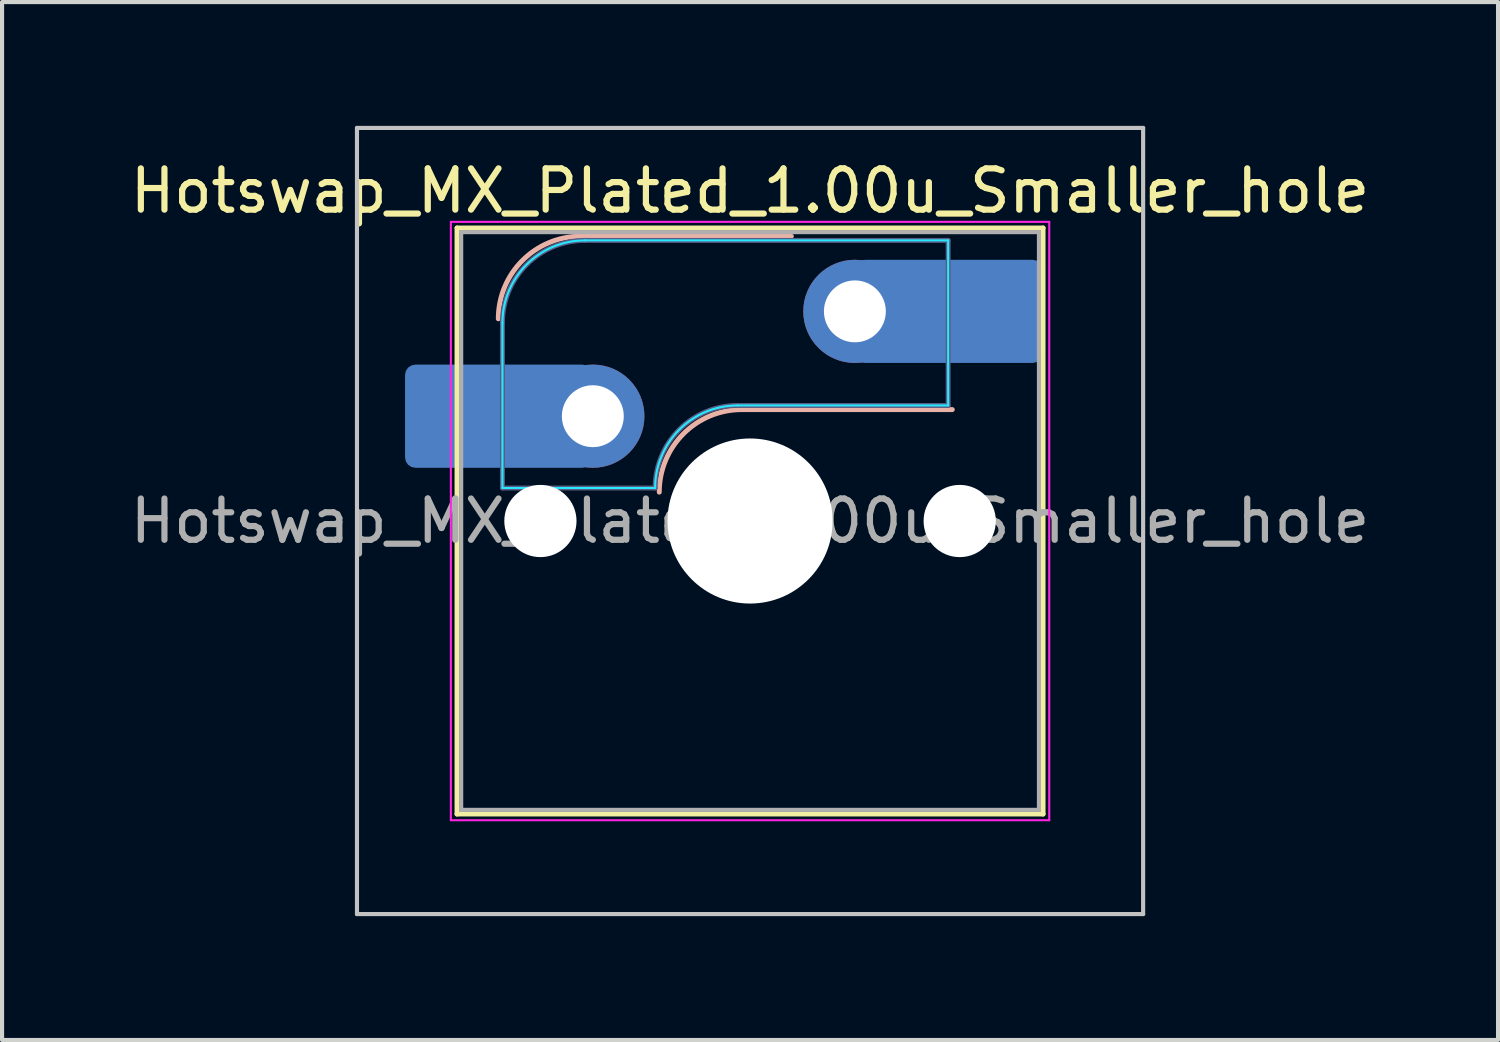
<source format=kicad_pcb>
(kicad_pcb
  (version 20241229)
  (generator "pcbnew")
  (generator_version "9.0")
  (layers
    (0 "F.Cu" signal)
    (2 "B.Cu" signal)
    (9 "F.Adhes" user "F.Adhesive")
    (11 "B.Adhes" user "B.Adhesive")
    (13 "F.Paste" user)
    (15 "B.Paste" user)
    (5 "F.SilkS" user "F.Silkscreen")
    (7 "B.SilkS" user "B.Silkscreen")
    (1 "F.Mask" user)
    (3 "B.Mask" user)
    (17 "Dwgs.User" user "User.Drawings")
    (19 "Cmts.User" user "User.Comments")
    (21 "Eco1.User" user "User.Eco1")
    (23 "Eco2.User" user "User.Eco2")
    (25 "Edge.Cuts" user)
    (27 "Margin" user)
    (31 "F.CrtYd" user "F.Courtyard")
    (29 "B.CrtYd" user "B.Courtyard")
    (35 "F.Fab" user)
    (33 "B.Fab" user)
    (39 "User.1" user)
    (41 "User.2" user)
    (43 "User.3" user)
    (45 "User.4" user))
  (footprint "Hotswap_MX_Plated_1.00u_Smaller_hole"
    (layer "F.Cu")
    (at 15.125 9.575)
    (property "Reference" "Hotswap_MX_Plated_1.00u_Smaller_hole" (at 0 -8 0) (layer "F.SilkS") (effects (font (size 1 1) (thickness 0.15))))
    (attr smd allow_soldermask_bridges)
    (fp_line (start -7.1 -7.1) (end -7.1 7.1) (stroke (width 0.12) (type solid)) (layer "F.SilkS"))
    (fp_line (start -7.1 7.1) (end 7.1 7.1) (stroke (width 0.12) (type solid)) (layer "F.SilkS"))
    (fp_line (start 7.1 -7.1) (end -7.1 -7.1) (stroke (width 0.12) (type solid)) (layer "F.SilkS"))
    (fp_line (start 7.1 7.1) (end 7.1 -7.1) (stroke (width 0.12) (type solid)) (layer "F.SilkS"))
    (fp_line (start -4.1 -6.9) (end 1 -6.9) (stroke (width 0.12) (type solid)) (layer "B.SilkS"))
    (fp_line (start -0.2 -2.7) (end 4.9 -2.7) (stroke (width 0.12) (type solid)) (layer "B.SilkS"))
    (fp_arc (start -6.1 -4.9) (mid -5.514214 -6.314214) (end -4.1 -6.9) (stroke (width 0.12) (type solid)) (layer "B.SilkS"))
    (fp_arc (start -2.2 -0.7) (mid -1.614214 -2.114214) (end -0.2 -2.7) (stroke (width 0.12) (type solid)) (layer "B.SilkS"))
    (fp_line (start -9.525 -9.525) (end -9.525 9.525) (stroke (width 0.1) (type solid)) (layer "Dwgs.User"))
    (fp_line (start -9.525 9.525) (end 9.525 9.525) (stroke (width 0.1) (type solid)) (layer "Dwgs.User"))
    (fp_line (start 9.525 -9.525) (end -9.525 -9.525) (stroke (width 0.1) (type solid)) (layer "Dwgs.User"))
    (fp_line (start 9.525 9.525) (end 9.525 -9.525) (stroke (width 0.1) (type solid)) (layer "Dwgs.User"))
    (fp_line (start -7.8 -6) (end -7 -6) (stroke (width 0.1) (type solid)) (layer "Eco1.User"))
    (fp_line (start -7.8 -2.9) (end -7.8 -6) (stroke (width 0.1) (type solid)) (layer "Eco1.User"))
    (fp_line (start -7.8 2.9) (end -7 2.9) (stroke (width 0.1) (type solid)) (layer "Eco1.User"))
    (fp_line (start -7.8 6) (end -7.8 2.9) (stroke (width 0.1) (type solid)) (layer "Eco1.User"))
    (fp_line (start -7 -7) (end 7 -7) (stroke (width 0.1) (type solid)) (layer "Eco1.User"))
    (fp_line (start -7 -6) (end -7 -7) (stroke (width 0.1) (type solid)) (layer "Eco1.User"))
    (fp_line (start -7 -2.9) (end -7.8 -2.9) (stroke (width 0.1) (type solid)) (layer "Eco1.User"))
    (fp_line (start -7 2.9) (end -7 -2.9) (stroke (width 0.1) (type solid)) (layer "Eco1.User"))
    (fp_line (start -7 6) (end -7.8 6) (stroke (width 0.1) (type solid)) (layer "Eco1.User"))
    (fp_line (start -7 7) (end -7 6) (stroke (width 0.1) (type solid)) (layer "Eco1.User"))
    (fp_line (start 7 -7) (end 7 -6) (stroke (width 0.1) (type solid)) (layer "Eco1.User"))
    (fp_line (start 7 -6) (end 7.8 -6) (stroke (width 0.1) (type solid)) (layer "Eco1.User"))
    (fp_line (start 7 -2.9) (end 7 2.9) (stroke (width 0.1) (type solid)) (layer "Eco1.User"))
    (fp_line (start 7 2.9) (end 7.8 2.9) (stroke (width 0.1) (type solid)) (layer "Eco1.User"))
    (fp_line (start 7 6) (end 7 7) (stroke (width 0.1) (type solid)) (layer "Eco1.User"))
    (fp_line (start 7 7) (end -7 7) (stroke (width 0.1) (type solid)) (layer "Eco1.User"))
    (fp_line (start 7.8 -6) (end 7.8 -2.9) (stroke (width 0.1) (type solid)) (layer "Eco1.User"))
    (fp_line (start 7.8 -2.9) (end 7 -2.9) (stroke (width 0.1) (type solid)) (layer "Eco1.User"))
    (fp_line (start 7.8 2.9) (end 7.8 6) (stroke (width 0.1) (type solid)) (layer "Eco1.User"))
    (fp_line (start 7.8 6) (end 7 6) (stroke (width 0.1) (type solid)) (layer "Eco1.User"))
    (fp_line (start -6 -0.8) (end -6 -4.8) (stroke (width 0.05) (type solid)) (layer "B.CrtYd"))
    (fp_line (start -6 -0.8) (end -2.3 -0.8) (stroke (width 0.05) (type solid)) (layer "B.CrtYd"))
    (fp_line (start -4 -6.8) (end 4.8 -6.8) (stroke (width 0.05) (type solid)) (layer "B.CrtYd"))
    (fp_line (start -0.3 -2.8) (end 4.8 -2.8) (stroke (width 0.05) (type solid)) (layer "B.CrtYd"))
    (fp_line (start 4.8 -6.8) (end 4.8 -2.8) (stroke (width 0.05) (type solid)) (layer "B.CrtYd"))
    (fp_arc (start -6 -4.8) (mid -5.414214 -6.214214) (end -4 -6.8) (stroke (width 0.05) (type solid)) (layer "B.CrtYd"))
    (fp_arc (start -2.3 -0.8) (mid -1.714214 -2.214214) (end -0.3 -2.8) (stroke (width 0.05) (type solid)) (layer "B.CrtYd"))
    (fp_line (start -7.25 -7.25) (end -7.25 7.25) (stroke (width 0.05) (type solid)) (layer "F.CrtYd"))
    (fp_line (start -7.25 7.25) (end 7.25 7.25) (stroke (width 0.05) (type solid)) (layer "F.CrtYd"))
    (fp_line (start 7.25 -7.25) (end -7.25 -7.25) (stroke (width 0.05) (type solid)) (layer "F.CrtYd"))
    (fp_line (start 7.25 7.25) (end 7.25 -7.25) (stroke (width 0.05) (type solid)) (layer "F.CrtYd"))
    (fp_line (start -6 -0.8) (end -6 -4.8) (stroke (width 0.12) (type solid)) (layer "B.Fab"))
    (fp_line (start -6 -0.8) (end -2.3 -0.8) (stroke (width 0.12) (type solid)) (layer "B.Fab"))
    (fp_line (start -4 -6.8) (end 4.8 -6.8) (stroke (width 0.12) (type solid)) (layer "B.Fab"))
    (fp_line (start -0.3 -2.8) (end 4.8 -2.8) (stroke (width 0.12) (type solid)) (layer "B.Fab"))
    (fp_line (start 4.8 -6.8) (end 4.8 -2.8) (stroke (width 0.12) (type solid)) (layer "B.Fab"))
    (fp_arc (start -6 -4.8) (mid -5.414214 -6.214214) (end -4 -6.8) (stroke (width 0.12) (type solid)) (layer "B.Fab"))
    (fp_arc (start -2.3 -0.8) (mid -1.714214 -2.214214) (end -0.3 -2.8) (stroke (width 0.12) (type solid)) (layer "B.Fab"))
    (fp_line (start -7 -7) (end -7 7) (stroke (width 0.1) (type solid)) (layer "F.Fab"))
    (fp_line (start -7 7) (end 7 7) (stroke (width 0.1) (type solid)) (layer "F.Fab"))
    (fp_line (start 7 -7) (end -7 -7) (stroke (width 0.1) (type solid)) (layer "F.Fab"))
    (fp_line (start 7 7) (end 7 -7) (stroke (width 0.1) (type solid)) (layer "F.Fab"))
    (fp_text user "${REFERENCE}" (at 0 0 0) (layer "F.Fab") (effects (font (size 1 1) (thickness 0.15))))
    (pad "" smd roundrect (at -7.085 -2.54) (size 2.55 2.5) (layers "B.Mask" "B.Paste") (roundrect_rratio 0.1))
    (pad "" np_thru_hole circle (at -5.08 0) (size 1.75 1.75) (drill 1.75) (layers "*.Cu" "*.Mask"))
    (pad "" np_thru_hole circle (at 0 0) (size 4 4) (drill 4) (layers "*.Cu" "*.Mask"))
    (pad "" np_thru_hole circle (at 5.08 0) (size 1.75 1.75) (drill 1.75) (layers "*.Cu" "*.Mask"))
    (pad "" smd roundrect (at 5.842 -5.08) (size 2.55 2.5) (layers "B.Mask" "B.Paste") (roundrect_rratio 0.1))
    (pad "1" smd roundrect (at -6.085 -2.54) (size 4.55 2.5) (layers "B.Cu") (roundrect_rratio 0.1))
    (pad "1" thru_hole circle (at -3.81 -2.54) (size 2.5 2.5) (drill 1.5) (layers "*.Cu" "*.Mask"))
    (pad "2" thru_hole circle (at 2.54 -5.08) (size 2.5 2.5) (drill 1.5) (layers "*.Cu" "*.Mask"))
    (pad "2" smd roundrect (at 4.817 -5.08) (size 4.555 2.5) (layers "B.Cu") (roundrect_rratio 0.1)))
  (gr_rect
    (start -3 -3)
    (end 33.25 22.15)
    (stroke (width 0.1) (type default))
    (fill no)
    (layer "Edge.Cuts")))
</source>
